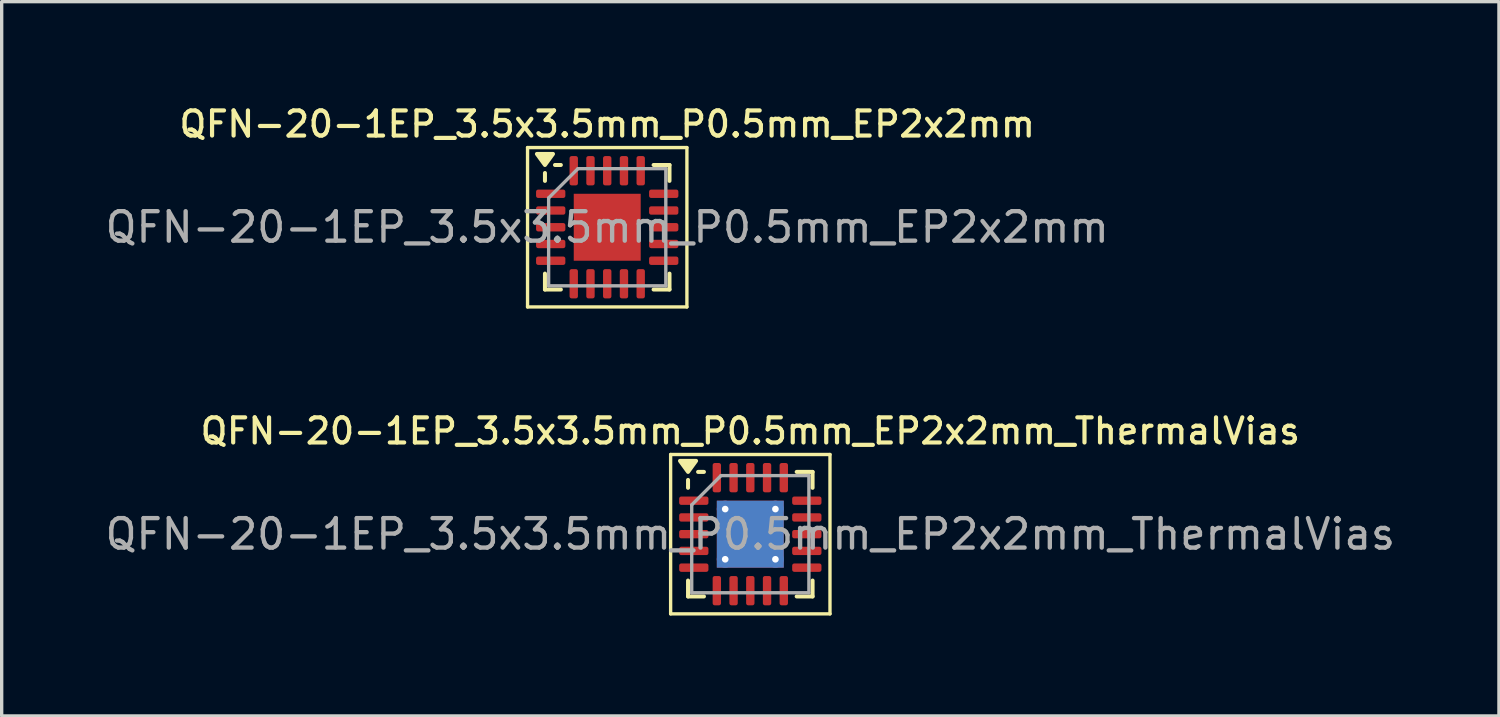
<source format=kicad_pcb>
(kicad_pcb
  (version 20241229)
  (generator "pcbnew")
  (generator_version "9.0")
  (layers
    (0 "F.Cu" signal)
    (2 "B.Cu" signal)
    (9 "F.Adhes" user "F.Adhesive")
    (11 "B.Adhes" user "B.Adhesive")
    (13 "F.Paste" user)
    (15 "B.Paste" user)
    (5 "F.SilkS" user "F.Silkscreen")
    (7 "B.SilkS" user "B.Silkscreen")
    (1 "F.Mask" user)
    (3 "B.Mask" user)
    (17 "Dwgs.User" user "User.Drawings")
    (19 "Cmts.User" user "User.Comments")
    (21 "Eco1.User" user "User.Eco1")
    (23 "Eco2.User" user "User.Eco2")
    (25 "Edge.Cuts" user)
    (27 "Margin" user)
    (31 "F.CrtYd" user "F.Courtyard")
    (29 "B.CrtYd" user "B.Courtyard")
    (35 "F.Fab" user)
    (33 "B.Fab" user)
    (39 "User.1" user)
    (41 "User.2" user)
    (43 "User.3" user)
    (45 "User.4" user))
  (footprint "QFN-20-1EP_3.5x3.5mm_P0.5mm_EP2x2mm"
    (layer "F.Cu")
    (at 15.088 3.738)
    (property "Reference" "QFN-20-1EP_3.5x3.5mm_P0.5mm_EP2x2mm" (at 0 -3.08 0) (layer "F.SilkS") (effects (font (size 0.75 0.75) (thickness 0.125))))
    (attr smd)
    (fp_line (start -2.38 -2.38) (end -2.38 2.38) (stroke (width 0.1) (type solid)) (layer "F.SilkS"))
    (fp_line (start -2.38 2.38) (end 2.38 2.38) (stroke (width 0.1) (type solid)) (layer "F.SilkS"))
    (fp_line (start -1.86 -1.385) (end -1.86 -1.62) (stroke (width 0.12) (type solid)) (layer "F.SilkS"))
    (fp_line (start -1.86 1.86) (end -1.86 1.385) (stroke (width 0.12) (type solid)) (layer "F.SilkS"))
    (fp_line (start -1.385 -1.86) (end -1.56 -1.86) (stroke (width 0.12) (type solid)) (layer "F.SilkS"))
    (fp_line (start -1.385 1.86) (end -1.86 1.86) (stroke (width 0.12) (type solid)) (layer "F.SilkS"))
    (fp_line (start 1.385 -1.86) (end 1.86 -1.86) (stroke (width 0.12) (type solid)) (layer "F.SilkS"))
    (fp_line (start 1.385 1.86) (end 1.86 1.86) (stroke (width 0.12) (type solid)) (layer "F.SilkS"))
    (fp_line (start 1.86 -1.86) (end 1.86 -1.385) (stroke (width 0.12) (type solid)) (layer "F.SilkS"))
    (fp_line (start 1.86 1.86) (end 1.86 1.385) (stroke (width 0.12) (type solid)) (layer "F.SilkS"))
    (fp_line (start 2.38 -2.38) (end -2.38 -2.38) (stroke (width 0.1) (type solid)) (layer "F.SilkS"))
    (fp_line (start 2.38 2.38) (end 2.38 -2.38) (stroke (width 0.1) (type solid)) (layer "F.SilkS"))
    (fp_poly (pts (xy -1.86 -1.86) (xy -2.1 -2.19) (xy -1.62 -2.19) (xy -1.86 -1.86)) (stroke (width 0.12) (type solid)) (fill yes) (layer "F.SilkS"))
    (fp_line (start -1.75 -0.875) (end -0.875 -1.75) (stroke (width 0.1) (type solid)) (layer "F.Fab"))
    (fp_line (start -1.75 1.75) (end -1.75 -0.875) (stroke (width 0.1) (type solid)) (layer "F.Fab"))
    (fp_line (start -0.875 -1.75) (end 1.75 -1.75) (stroke (width 0.1) (type solid)) (layer "F.Fab"))
    (fp_line (start 1.75 -1.75) (end 1.75 1.75) (stroke (width 0.1) (type solid)) (layer "F.Fab"))
    (fp_line (start 1.75 1.75) (end -1.75 1.75) (stroke (width 0.1) (type solid)) (layer "F.Fab"))
    (fp_text user "${REFERENCE}" (at 0 0 0) (layer "F.Fab") (effects (font (size 0.88 0.88) (thickness 0.13))))
    (pad "" smd roundrect (at -0.5 -0.5) (size 0.81 0.81) (layers "F.Paste") (roundrect_rratio 0.25))
    (pad "" smd roundrect (at -0.5 0.5) (size 0.81 0.81) (layers "F.Paste") (roundrect_rratio 0.25))
    (pad "" smd roundrect (at 0.5 -0.5) (size 0.81 0.81) (layers "F.Paste") (roundrect_rratio 0.25))
    (pad "" smd roundrect (at 0.5 0.5) (size 0.81 0.81) (layers "F.Paste") (roundrect_rratio 0.25))
    (pad "1" smd roundrect (at -1.688 -1) (size 0.875 0.25) (layers "F.Cu" "F.Mask" "F.Paste") (roundrect_rratio 0.25))
    (pad "2" smd roundrect (at -1.688 -0.5) (size 0.875 0.25) (layers "F.Cu" "F.Mask" "F.Paste") (roundrect_rratio 0.25))
    (pad "3" smd roundrect (at -1.688 0) (size 0.875 0.25) (layers "F.Cu" "F.Mask" "F.Paste") (roundrect_rratio 0.25))
    (pad "4" smd roundrect (at -1.688 0.5) (size 0.875 0.25) (layers "F.Cu" "F.Mask" "F.Paste") (roundrect_rratio 0.25))
    (pad "5" smd roundrect (at -1.688 1) (size 0.875 0.25) (layers "F.Cu" "F.Mask" "F.Paste") (roundrect_rratio 0.25))
    (pad "6" smd roundrect (at -1 1.688) (size 0.25 0.875) (layers "F.Cu" "F.Mask" "F.Paste") (roundrect_rratio 0.25))
    (pad "7" smd roundrect (at -0.5 1.688) (size 0.25 0.875) (layers "F.Cu" "F.Mask" "F.Paste") (roundrect_rratio 0.25))
    (pad "8" smd roundrect (at 0 1.688) (size 0.25 0.875) (layers "F.Cu" "F.Mask" "F.Paste") (roundrect_rratio 0.25))
    (pad "9" smd roundrect (at 0.5 1.688) (size 0.25 0.875) (layers "F.Cu" "F.Mask" "F.Paste") (roundrect_rratio 0.25))
    (pad "10" smd roundrect (at 1 1.688) (size 0.25 0.875) (layers "F.Cu" "F.Mask" "F.Paste") (roundrect_rratio 0.25))
    (pad "11" smd roundrect (at 1.688 1) (size 0.875 0.25) (layers "F.Cu" "F.Mask" "F.Paste") (roundrect_rratio 0.25))
    (pad "12" smd roundrect (at 1.688 0.5) (size 0.875 0.25) (layers "F.Cu" "F.Mask" "F.Paste") (roundrect_rratio 0.25))
    (pad "13" smd roundrect (at 1.688 0) (size 0.875 0.25) (layers "F.Cu" "F.Mask" "F.Paste") (roundrect_rratio 0.25))
    (pad "14" smd roundrect (at 1.688 -0.5) (size 0.875 0.25) (layers "F.Cu" "F.Mask" "F.Paste") (roundrect_rratio 0.25))
    (pad "15" smd roundrect (at 1.688 -1) (size 0.875 0.25) (layers "F.Cu" "F.Mask" "F.Paste") (roundrect_rratio 0.25))
    (pad "16" smd roundrect (at 1 -1.688) (size 0.25 0.875) (layers "F.Cu" "F.Mask" "F.Paste") (roundrect_rratio 0.25))
    (pad "17" smd roundrect (at 0.5 -1.688) (size 0.25 0.875) (layers "F.Cu" "F.Mask" "F.Paste") (roundrect_rratio 0.25))
    (pad "18" smd roundrect (at 0 -1.688) (size 0.25 0.875) (layers "F.Cu" "F.Mask" "F.Paste") (roundrect_rratio 0.25))
    (pad "19" smd roundrect (at -0.5 -1.688) (size 0.25 0.875) (layers "F.Cu" "F.Mask" "F.Paste") (roundrect_rratio 0.25))
    (pad "20" smd roundrect (at -1 -1.688) (size 0.25 0.875) (layers "F.Cu" "F.Mask" "F.Paste") (roundrect_rratio 0.25))
    (pad "21" smd rect (at 0 0) (size 2 2) (property pad_prop_heatsink) (layers "F.Cu" "F.Mask")))
  (footprint "QFN-20-1EP_3.5x3.5mm_P0.5mm_EP2x2mm_ThermalVias"
    (layer "F.Cu")
    (at 19.362 12.906)
    (property "Reference" "QFN-20-1EP_3.5x3.5mm_P0.5mm_EP2x2mm_ThermalVias" (at 0 -3.08 0) (layer "F.SilkS") (effects (font (size 0.75 0.75) (thickness 0.125))))
    (attr smd)
    (fp_line (start -2.38 -2.38) (end -2.38 2.38) (stroke (width 0.1) (type solid)) (layer "F.SilkS"))
    (fp_line (start -2.38 2.38) (end 2.38 2.38) (stroke (width 0.1) (type solid)) (layer "F.SilkS"))
    (fp_line (start -1.86 -1.385) (end -1.86 -1.62) (stroke (width 0.12) (type solid)) (layer "F.SilkS"))
    (fp_line (start -1.86 1.86) (end -1.86 1.385) (stroke (width 0.12) (type solid)) (layer "F.SilkS"))
    (fp_line (start -1.385 -1.86) (end -1.56 -1.86) (stroke (width 0.12) (type solid)) (layer "F.SilkS"))
    (fp_line (start -1.385 1.86) (end -1.86 1.86) (stroke (width 0.12) (type solid)) (layer "F.SilkS"))
    (fp_line (start 1.385 -1.86) (end 1.86 -1.86) (stroke (width 0.12) (type solid)) (layer "F.SilkS"))
    (fp_line (start 1.385 1.86) (end 1.86 1.86) (stroke (width 0.12) (type solid)) (layer "F.SilkS"))
    (fp_line (start 1.86 -1.86) (end 1.86 -1.385) (stroke (width 0.12) (type solid)) (layer "F.SilkS"))
    (fp_line (start 1.86 1.86) (end 1.86 1.385) (stroke (width 0.12) (type solid)) (layer "F.SilkS"))
    (fp_line (start 2.38 -2.38) (end -2.38 -2.38) (stroke (width 0.1) (type solid)) (layer "F.SilkS"))
    (fp_line (start 2.38 2.38) (end 2.38 -2.38) (stroke (width 0.1) (type solid)) (layer "F.SilkS"))
    (fp_poly (pts (xy -1.86 -1.86) (xy -2.1 -2.19) (xy -1.62 -2.19) (xy -1.86 -1.86)) (stroke (width 0.12) (type solid)) (fill yes) (layer "F.SilkS"))
    (fp_line (start -1.75 -0.875) (end -0.875 -1.75) (stroke (width 0.1) (type solid)) (layer "F.Fab"))
    (fp_line (start -1.75 1.75) (end -1.75 -0.875) (stroke (width 0.1) (type solid)) (layer "F.Fab"))
    (fp_line (start -0.875 -1.75) (end 1.75 -1.75) (stroke (width 0.1) (type solid)) (layer "F.Fab"))
    (fp_line (start 1.75 -1.75) (end 1.75 1.75) (stroke (width 0.1) (type solid)) (layer "F.Fab"))
    (fp_line (start 1.75 1.75) (end -1.75 1.75) (stroke (width 0.1) (type solid)) (layer "F.Fab"))
    (fp_text user "${REFERENCE}" (at 0 0 0) (layer "F.Fab") (effects (font (size 0.88 0.88) (thickness 0.13))))
    (pad "" smd roundrect (at -0.5 -0.5) (size 0.87 0.87) (layers "F.Paste") (roundrect_rratio 0.25))
    (pad "" smd roundrect (at -0.5 0.5) (size 0.87 0.87) (layers "F.Paste") (roundrect_rratio 0.25))
    (pad "" smd roundrect (at 0.5 -0.5) (size 0.87 0.87) (layers "F.Paste") (roundrect_rratio 0.25))
    (pad "" smd roundrect (at 0.5 0.5) (size 0.87 0.87) (layers "F.Paste") (roundrect_rratio 0.25))
    (pad "1" smd roundrect (at -1.688 -1) (size 0.875 0.25) (layers "F.Cu" "F.Mask" "F.Paste") (roundrect_rratio 0.25))
    (pad "2" smd roundrect (at -1.688 -0.5) (size 0.875 0.25) (layers "F.Cu" "F.Mask" "F.Paste") (roundrect_rratio 0.25))
    (pad "3" smd roundrect (at -1.688 0) (size 0.875 0.25) (layers "F.Cu" "F.Mask" "F.Paste") (roundrect_rratio 0.25))
    (pad "4" smd roundrect (at -1.688 0.5) (size 0.875 0.25) (layers "F.Cu" "F.Mask" "F.Paste") (roundrect_rratio 0.25))
    (pad "5" smd roundrect (at -1.688 1) (size 0.875 0.25) (layers "F.Cu" "F.Mask" "F.Paste") (roundrect_rratio 0.25))
    (pad "6" smd roundrect (at -1 1.688) (size 0.25 0.875) (layers "F.Cu" "F.Mask" "F.Paste") (roundrect_rratio 0.25))
    (pad "7" smd roundrect (at -0.5 1.688) (size 0.25 0.875) (layers "F.Cu" "F.Mask" "F.Paste") (roundrect_rratio 0.25))
    (pad "8" smd roundrect (at 0 1.688) (size 0.25 0.875) (layers "F.Cu" "F.Mask" "F.Paste") (roundrect_rratio 0.25))
    (pad "9" smd roundrect (at 0.5 1.688) (size 0.25 0.875) (layers "F.Cu" "F.Mask" "F.Paste") (roundrect_rratio 0.25))
    (pad "10" smd roundrect (at 1 1.688) (size 0.25 0.875) (layers "F.Cu" "F.Mask" "F.Paste") (roundrect_rratio 0.25))
    (pad "11" smd roundrect (at 1.688 1) (size 0.875 0.25) (layers "F.Cu" "F.Mask" "F.Paste") (roundrect_rratio 0.25))
    (pad "12" smd roundrect (at 1.688 0.5) (size 0.875 0.25) (layers "F.Cu" "F.Mask" "F.Paste") (roundrect_rratio 0.25))
    (pad "13" smd roundrect (at 1.688 0) (size 0.875 0.25) (layers "F.Cu" "F.Mask" "F.Paste") (roundrect_rratio 0.25))
    (pad "14" smd roundrect (at 1.688 -0.5) (size 0.875 0.25) (layers "F.Cu" "F.Mask" "F.Paste") (roundrect_rratio 0.25))
    (pad "15" smd roundrect (at 1.688 -1) (size 0.875 0.25) (layers "F.Cu" "F.Mask" "F.Paste") (roundrect_rratio 0.25))
    (pad "16" smd roundrect (at 1 -1.688) (size 0.25 0.875) (layers "F.Cu" "F.Mask" "F.Paste") (roundrect_rratio 0.25))
    (pad "17" smd roundrect (at 0.5 -1.688) (size 0.25 0.875) (layers "F.Cu" "F.Mask" "F.Paste") (roundrect_rratio 0.25))
    (pad "18" smd roundrect (at 0 -1.688) (size 0.25 0.875) (layers "F.Cu" "F.Mask" "F.Paste") (roundrect_rratio 0.25))
    (pad "19" smd roundrect (at -0.5 -1.688) (size 0.25 0.875) (layers "F.Cu" "F.Mask" "F.Paste") (roundrect_rratio 0.25))
    (pad "20" smd roundrect (at -1 -1.688) (size 0.25 0.875) (layers "F.Cu" "F.Mask" "F.Paste") (roundrect_rratio 0.25))
    (pad "21" thru_hole circle (at -0.75 -0.75) (size 0.5 0.5) (drill 0.2) (property pad_prop_heatsink) (layers "*.Cu"))
    (pad "21" thru_hole circle (at -0.75 0.75) (size 0.5 0.5) (drill 0.2) (property pad_prop_heatsink) (layers "*.Cu"))
    (pad "21" smd rect (at 0 0) (size 2 2) (property pad_prop_heatsink) (layers "F.Cu" "F.Mask"))
    (pad "21" smd rect (at 0 0) (size 2 2) (property pad_prop_heatsink) (layers "B.Cu"))
    (pad "21" thru_hole circle (at 0.75 -0.75) (size 0.5 0.5) (drill 0.2) (property pad_prop_heatsink) (layers "*.Cu"))
    (pad "21" thru_hole circle (at 0.75 0.75) (size 0.5 0.5) (drill 0.2) (property pad_prop_heatsink) (layers "*.Cu")))
  (gr_rect
    (start -3 -3)
    (end 41.724 18.336)
    (stroke (width 0.1) (type default))
    (fill no)
    (layer "Edge.Cuts")))
</source>
